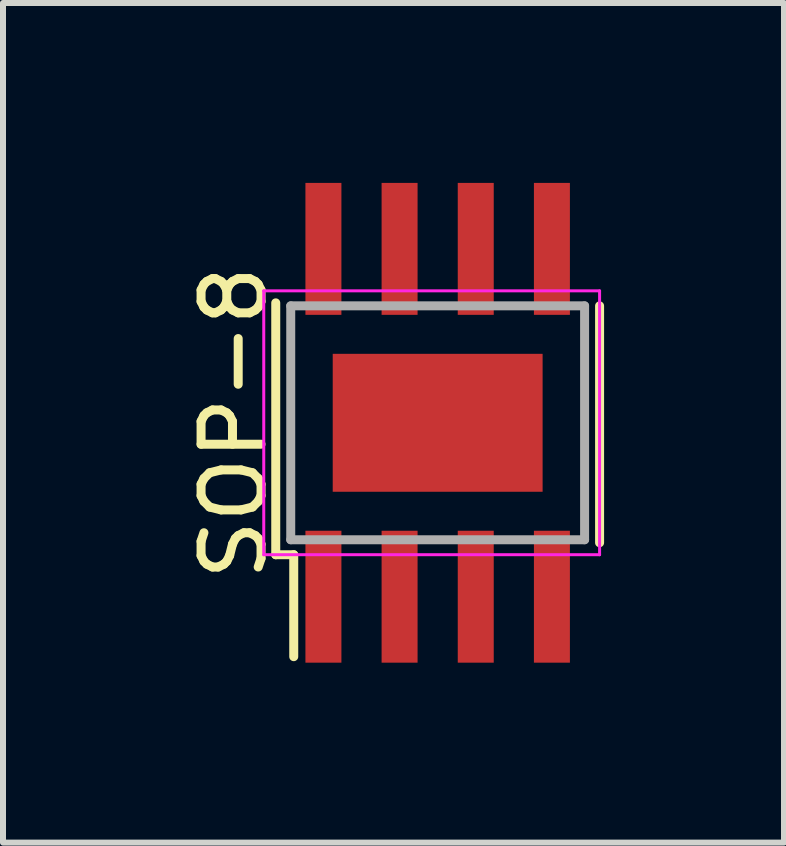
<source format=kicad_pcb>
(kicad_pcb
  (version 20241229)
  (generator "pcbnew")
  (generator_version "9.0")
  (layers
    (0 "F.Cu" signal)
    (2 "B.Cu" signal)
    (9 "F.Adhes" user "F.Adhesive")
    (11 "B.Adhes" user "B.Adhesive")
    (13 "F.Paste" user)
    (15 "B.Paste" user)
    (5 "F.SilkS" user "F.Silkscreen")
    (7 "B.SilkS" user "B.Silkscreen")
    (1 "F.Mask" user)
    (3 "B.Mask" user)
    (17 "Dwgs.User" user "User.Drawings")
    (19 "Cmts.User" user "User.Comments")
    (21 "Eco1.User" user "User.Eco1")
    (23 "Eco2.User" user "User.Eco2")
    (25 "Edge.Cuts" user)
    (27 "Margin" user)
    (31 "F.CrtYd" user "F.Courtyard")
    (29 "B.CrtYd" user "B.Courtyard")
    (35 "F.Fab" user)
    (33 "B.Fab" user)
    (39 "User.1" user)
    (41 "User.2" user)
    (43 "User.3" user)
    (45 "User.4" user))
  (footprint "SOP-8"
    (layer "F.Cu")
    (at 4.248 4)
    (property "Reference" "SOP-8" (at -3.4 0 90) (layer "F.SilkS") (effects (font (size 1 1) (thickness 0.15))))
    (attr smd)
    (fp_line (start -2.7 2.2) (end -2.7 -2) (stroke (width 0.15) (type solid)) (layer "F.SilkS"))
    (fp_line (start -2.7 2.2) (end -2.4 2.2) (stroke (width 0.15) (type solid)) (layer "F.SilkS"))
    (fp_line (start -2.4 3.9) (end -2.4 2.2) (stroke (width 0.15) (type solid)) (layer "F.SilkS"))
    (fp_line (start 2.7 -1.95) (end 2.7 2) (stroke (width 0.15) (type solid)) (layer "F.SilkS"))
    (fp_line (start -2.9 -2.2) (end 2.7 -2.2) (stroke (width 0.05) (type solid)) (layer "F.CrtYd"))
    (fp_line (start -2.9 2.2) (end -2.9 -2.2) (stroke (width 0.05) (type solid)) (layer "F.CrtYd"))
    (fp_line (start 2.7 -2.2) (end 2.7 2.2) (stroke (width 0.05) (type solid)) (layer "F.CrtYd"))
    (fp_line (start 2.7 2.2) (end -2.9 2.2) (stroke (width 0.05) (type solid)) (layer "F.CrtYd"))
    (fp_line (start -2.45 -1.95) (end 2.45 -1.95) (stroke (width 0.15) (type solid)) (layer "F.Fab"))
    (fp_line (start -2.45 1.95) (end -2.45 -1.95) (stroke (width 0.15) (type solid)) (layer "F.Fab"))
    (fp_line (start 2.45 -1.95) (end 2.45 1.95) (stroke (width 0.15) (type solid)) (layer "F.Fab"))
    (fp_line (start 2.45 1.95) (end -2.45 1.95) (stroke (width 0.15) (type solid)) (layer "F.Fab"))
    (pad "1" smd rect (at -1.905 2.9) (size 0.6 2.2) (layers "F.Cu" "F.Mask" "F.Paste"))
    (pad "2" smd rect (at -0.635 2.9) (size 0.6 2.2) (layers "F.Cu" "F.Mask" "F.Paste"))
    (pad "3" smd rect (at 0.635 2.9) (size 0.6 2.2) (layers "F.Cu" "F.Mask" "F.Paste"))
    (pad "4" smd rect (at 1.905 2.9) (size 0.6 2.2) (layers "F.Cu" "F.Mask" "F.Paste"))
    (pad "5" smd rect (at 1.905 -2.9) (size 0.6 2.2) (layers "F.Cu" "F.Mask" "F.Paste"))
    (pad "6" smd rect (at 0.635 -2.9) (size 0.6 2.2) (layers "F.Cu" "F.Mask" "F.Paste"))
    (pad "7" smd rect (at -0.635 -2.9) (size 0.6 2.2) (layers "F.Cu" "F.Mask" "F.Paste"))
    (pad "8" smd rect (at -1.905 -2.9) (size 0.6 2.2) (layers "F.Cu" "F.Mask" "F.Paste"))
    (pad "EP" smd rect (at 0 0) (size 3.5 2.3) (layers "F.Cu" "F.Mask" "F.Paste")))
  (gr_rect
    (start -3 -3)
    (end 10.023 11)
    (stroke (width 0.1) (type default))
    (fill no)
    (layer "Edge.Cuts")))
</source>
